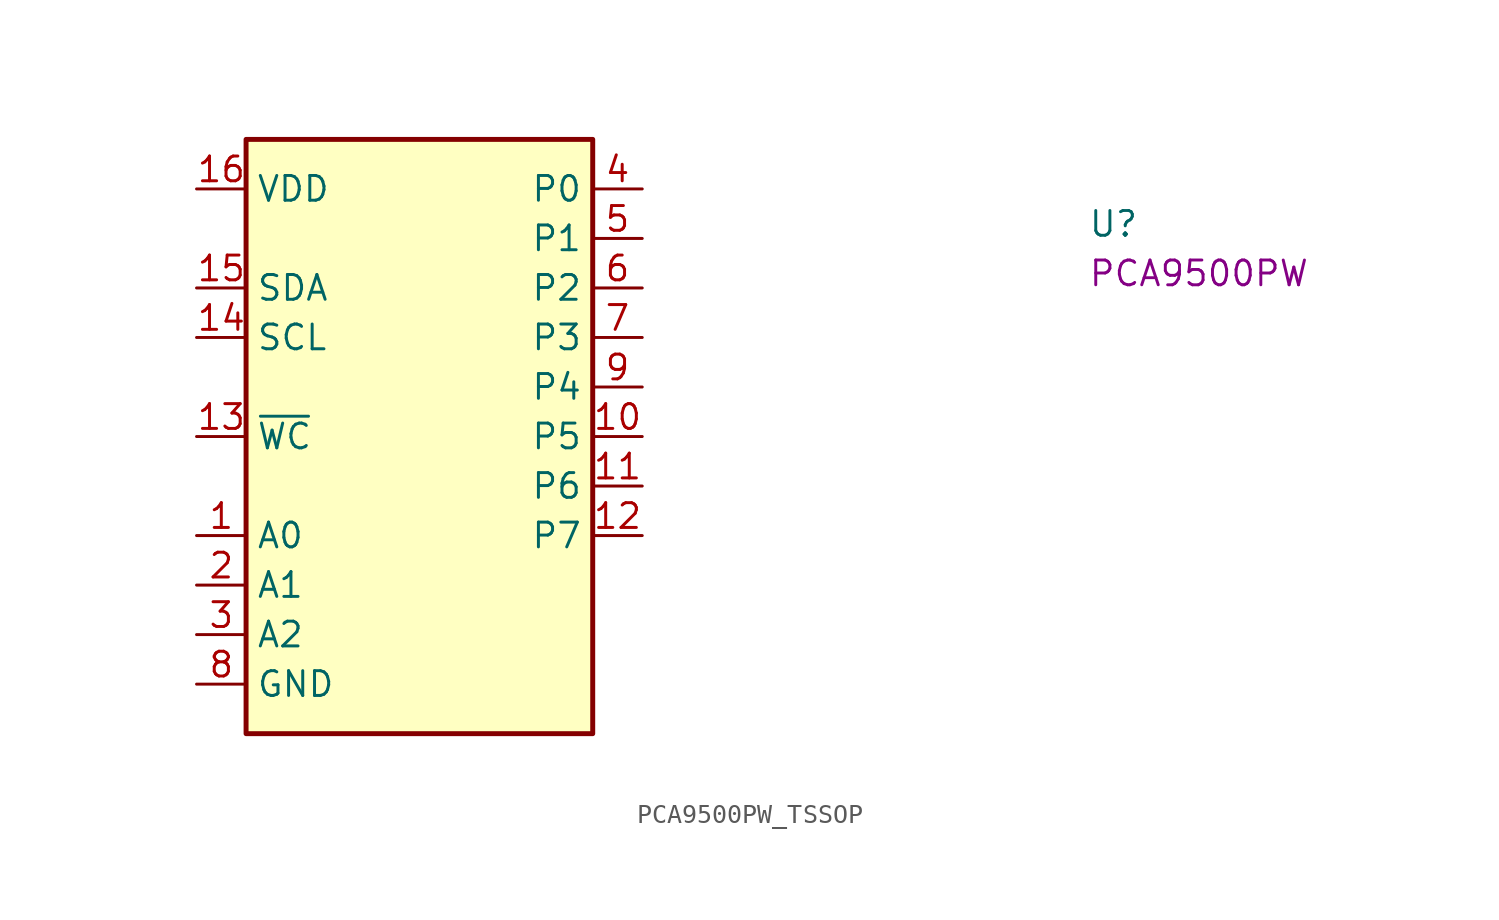
<source format=kicad_sym>
(kicad_symbol_lib
  (version 20220914)
  (generator kicad_symbol_editor)
  (symbol "PCA9500PW_TSSOP"
    (property "Reference" "U"
      (at 45.72 -2.54 0)
      (effects (font (size 1.27 1.27) (thickness 0.15)) (justify left bottom)))
    (property "MPN" "PCA9500PW"
      (at 45.72 -5.08 0)
      (effects (font (size 1.27 1.27) (thickness 0.15)) (justify left bottom)))
    (symbol "PCA9500PW_TSSOP_1_1"
      (rectangle (start 2.54 2.54) (end 20.32 -27.94) (stroke (width 0.254) (type default)) (fill (type background)))
      (pin passive line (at 0 -17.78 0) (length 2.54) (name "A0" (effects (font (size 1.27 1.27)))) (number "1" (effects (font (size 1.27 1.27)))))
      (pin bidirectional line (at 22.86 -12.7 180) (length 2.54) (name "P5" (effects (font (size 1.27 1.27)))) (number "10" (effects (font (size 1.27 1.27)))))
      (pin bidirectional line (at 22.86 -15.24 180) (length 2.54) (name "P6" (effects (font (size 1.27 1.27)))) (number "11" (effects (font (size 1.27 1.27)))))
      (pin bidirectional line (at 22.86 -17.78 180) (length 2.54) (name "P7" (effects (font (size 1.27 1.27)))) (number "12" (effects (font (size 1.27 1.27)))))
      (pin input line (at 0 -12.7 0) (length 2.54) (name "~{WC}" (effects (font (size 1.27 1.27)))) (number "13" (effects (font (size 1.27 1.27)))))
      (pin input line (at 0 -7.62 0) (length 2.54) (name "SCL" (effects (font (size 1.27 1.27)))) (number "14" (effects (font (size 1.27 1.27)))))
      (pin bidirectional line (at 0 -5.08 0) (length 2.54) (name "SDA" (effects (font (size 1.27 1.27)))) (number "15" (effects (font (size 1.27 1.27)))))
      (pin power_in line (at 0 0 0) (length 2.54) (name "VDD" (effects (font (size 1.27 1.27)))) (number "16" (effects (font (size 1.27 1.27)))))
      (pin passive line (at 0 -20.32 0) (length 2.54) (name "A1" (effects (font (size 1.27 1.27)))) (number "2" (effects (font (size 1.27 1.27)))))
      (pin passive line (at 0 -22.86 0) (length 2.54) (name "A2" (effects (font (size 1.27 1.27)))) (number "3" (effects (font (size 1.27 1.27)))))
      (pin bidirectional line (at 22.86 0 180) (length 2.54) (name "P0" (effects (font (size 1.27 1.27)))) (number "4" (effects (font (size 1.27 1.27)))))
      (pin bidirectional line (at 22.86 -2.54 180) (length 2.54) (name "P1" (effects (font (size 1.27 1.27)))) (number "5" (effects (font (size 1.27 1.27)))))
      (pin bidirectional line (at 22.86 -5.08 180) (length 2.54) (name "P2" (effects (font (size 1.27 1.27)))) (number "6" (effects (font (size 1.27 1.27)))))
      (pin bidirectional line (at 22.86 -7.62 180) (length 2.54) (name "P3" (effects (font (size 1.27 1.27)))) (number "7" (effects (font (size 1.27 1.27)))))
      (pin power_in line (at 0 -25.4 0) (length 2.54) (name "GND" (effects (font (size 1.27 1.27)))) (number "8" (effects (font (size 1.27 1.27)))))
      (pin bidirectional line (at 22.86 -10.16 180) (length 2.54) (name "P4" (effects (font (size 1.27 1.27)))) (number "9" (effects (font (size 1.27 1.27))))))))
</source>
